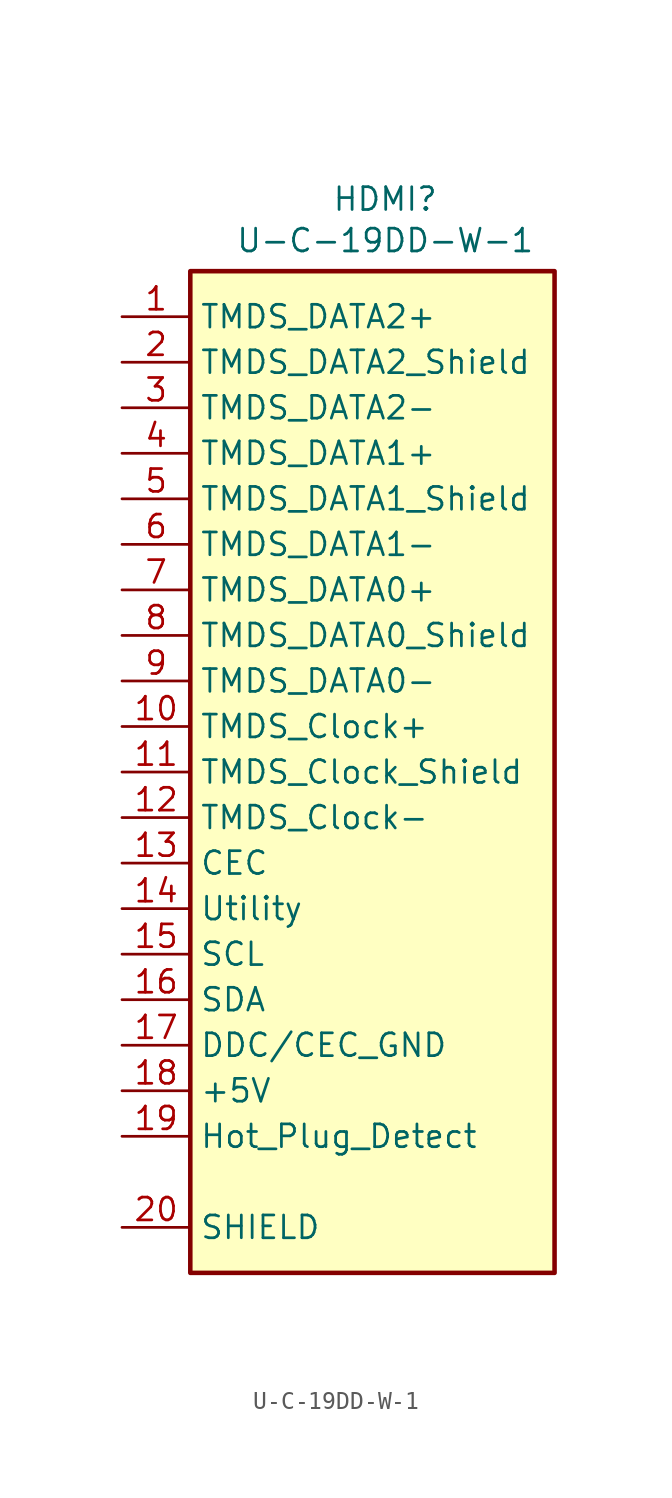
<source format=kicad_sym>
(kicad_symbol_lib
  (version 20231120)
  (generator "kicad_symbol_editor")
  (generator_version "8.0")
  (symbol "U-C-19DD-W-1"
    (property "Reference" "HDMI"
      (at 0.711 30.163 0)
      (effects (font (face "KiCad Font") (size 1.27 1.27)) (justify top)))
    (property "Value" "U-C-19DD-W-1"
      (at 0.711 27.851 0)
      (effects (font (face "KiCad Font") (size 1.27 1.27)) (justify top)))
    (symbol "U-C-19DD-W-1_1_0"
      (rectangle (start -10.16 25.4) (end 10.16 -30.48) (stroke (width 0.254) (type solid)) (fill (type background)))
      (pin input line (at -13.97 22.86 0) (length 3.81) (name "TMDS_DATA2+" (effects (font (size 1.27 1.27)))) (number "1" (effects (font (size 1.27 1.27)))))
      (pin input line (at -13.97 0 0) (length 3.81) (name "TMDS_Clock+" (effects (font (size 1.27 1.27)))) (number "10" (effects (font (size 1.27 1.27)))))
      (pin passive line (at -13.97 -2.54 0) (length 3.81) (name "TMDS_Clock_Shield" (effects (font (size 1.27 1.27)))) (number "11" (effects (font (size 1.27 1.27)))))
      (pin input line (at -13.97 -5.08 0) (length 3.81) (name "TMDS_Clock-" (effects (font (size 1.27 1.27)))) (number "12" (effects (font (size 1.27 1.27)))))
      (pin input line (at -13.97 -7.62 0) (length 3.81) (name "CEC" (effects (font (size 1.27 1.27)))) (number "13" (effects (font (size 1.27 1.27)))))
      (pin bidirectional line (at -13.97 -10.16 0) (length 3.81) (name "Utility" (effects (font (size 1.27 1.27)))) (number "14" (effects (font (size 1.27 1.27)))))
      (pin bidirectional line (at -13.97 -12.7 0) (length 3.81) (name "SCL" (effects (font (size 1.27 1.27)))) (number "15" (effects (font (size 1.27 1.27)))))
      (pin bidirectional line (at -13.97 -15.24 0) (length 3.81) (name "SDA" (effects (font (size 1.27 1.27)))) (number "16" (effects (font (size 1.27 1.27)))))
      (pin passive line (at -13.97 -17.78 0) (length 3.81) (name "DDC/CEC_GND" (effects (font (size 1.27 1.27)))) (number "17" (effects (font (size 1.27 1.27)))))
      (pin input line (at -13.97 -20.32 0) (length 3.81) (name "+5V" (effects (font (size 1.27 1.27)))) (number "18" (effects (font (size 1.27 1.27)))))
      (pin input line (at -13.97 -22.86 0) (length 3.81) (name "Hot_Plug_Detect" (effects (font (size 1.27 1.27)))) (number "19" (effects (font (size 1.27 1.27)))))
      (pin passive line (at -13.97 20.32 0) (length 3.81) (name "TMDS_DATA2_Shield" (effects (font (size 1.27 1.27)))) (number "2" (effects (font (size 1.27 1.27)))))
      (pin passive line (at -13.97 -27.94 0) (length 3.81) (name "SHIELD" (effects (font (size 1.27 1.27)))) (number "20" (effects (font (size 1.27 1.27)))))
      (pin input line (at -13.97 17.78 0) (length 3.81) (name "TMDS_DATA2-" (effects (font (size 1.27 1.27)))) (number "3" (effects (font (size 1.27 1.27)))))
      (pin input line (at -13.97 15.24 0) (length 3.81) (name "TMDS_DATA1+" (effects (font (size 1.27 1.27)))) (number "4" (effects (font (size 1.27 1.27)))))
      (pin passive line (at -13.97 12.7 0) (length 3.81) (name "TMDS_DATA1_Shield" (effects (font (size 1.27 1.27)))) (number "5" (effects (font (size 1.27 1.27)))))
      (pin input line (at -13.97 10.16 0) (length 3.81) (name "TMDS_DATA1-" (effects (font (size 1.27 1.27)))) (number "6" (effects (font (size 1.27 1.27)))))
      (pin input line (at -13.97 7.62 0) (length 3.81) (name "TMDS_DATA0+" (effects (font (size 1.27 1.27)))) (number "7" (effects (font (size 1.27 1.27)))))
      (pin passive line (at -13.97 5.08 0) (length 3.81) (name "TMDS_DATA0_Shield" (effects (font (size 1.27 1.27)))) (number "8" (effects (font (size 1.27 1.27)))))
      (pin input line (at -13.97 2.54 0) (length 3.81) (name "TMDS_DATA0-" (effects (font (size 1.27 1.27)))) (number "9" (effects (font (size 1.27 1.27))))))))
</source>
